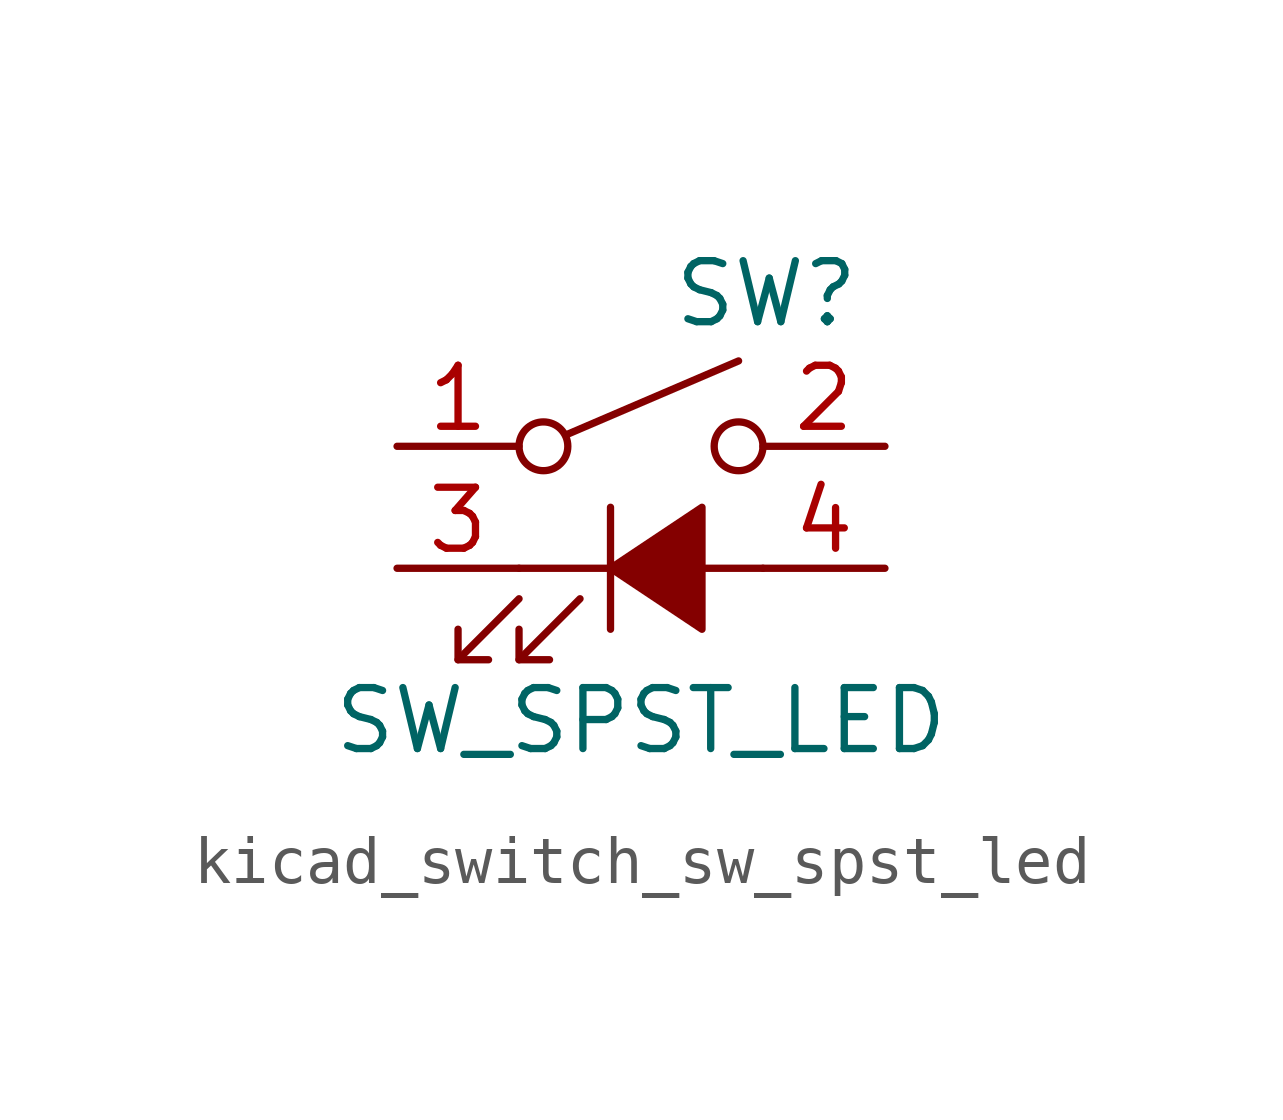
<source format=kicad_sym>
(kicad_symbol_lib
  (version 20220914)
  (generator kicad_symbol_editor)
  (symbol "kicad_switch_sw_spst_led"
    (pin_names
      (offset 1.016) hide)
    (property "Reference" "SW"
      (at 0.635 5.715 0)
      (effects (font (size 1.27 1.27)) (justify left)))
    (property "Value" "SW_SPST_LED"
      (at 0 -3.175 0)
      (effects (font (size 1.27 1.27))))
    (symbol "kicad_switch_sw_spst_led_0_0"
      (polyline (pts (xy -3.81 -1.905) (xy -2.54 -0.635)) (stroke (width 0) (type default)) (fill (type none)))
      (polyline (pts (xy -2.54 -1.905) (xy -1.27 -0.635)) (stroke (width 0) (type default)) (fill (type none)))
      (polyline (pts (xy -2.54 0) (xy 2.54 0)) (stroke (width 0) (type default)) (fill (type none)))
      (polyline (pts (xy -0.635 1.27) (xy -0.635 -1.27)) (stroke (width 0) (type default)) (fill (type none)))
      (polyline (pts (xy -3.81 -1.27) (xy -3.81 -1.905) (xy -3.175 -1.905)) (stroke (width 0) (type default)) (fill (type none)))
      (polyline (pts (xy -2.54 -1.27) (xy -2.54 -1.905) (xy -1.905 -1.905)) (stroke (width 0) (type default)) (fill (type none)))
      (polyline (pts (xy -0.635 0) (xy 1.27 1.27) (xy 1.27 -1.27) (xy -0.635 0)) (stroke (width 0) (type default)) (fill (type outline))))
    (symbol "kicad_switch_sw_spst_led_0_1"
      (circle (center -2.032 2.54) (radius 0.508) (stroke (width 0) (type default)) (fill (type none)))
      (polyline (pts (xy -1.524 2.794) (xy 2.032 4.318)) (stroke (width 0) (type default)) (fill (type none)))
      (circle (center 2.032 2.54) (radius 0.508) (stroke (width 0) (type default)) (fill (type none)))
      (pin passive line (at -5.08 2.54 0) (length 2.54) (name "1" (effects (font (size 1.27 1.27)))) (number "1" (effects (font (size 1.27 1.27)))))
      (pin passive line (at 5.08 2.54 180) (length 2.54) (name "2" (effects (font (size 1.27 1.27)))) (number "2" (effects (font (size 1.27 1.27)))))
      (pin passive line (at -5.08 0 0) (length 2.54) (name "K" (effects (font (size 1.27 1.27)))) (number "3" (effects (font (size 1.27 1.27)))))
      (pin passive line (at 5.08 0 180) (length 2.54) (name "A" (effects (font (size 1.27 1.27)))) (number "4" (effects (font (size 1.27 1.27))))))))
</source>
